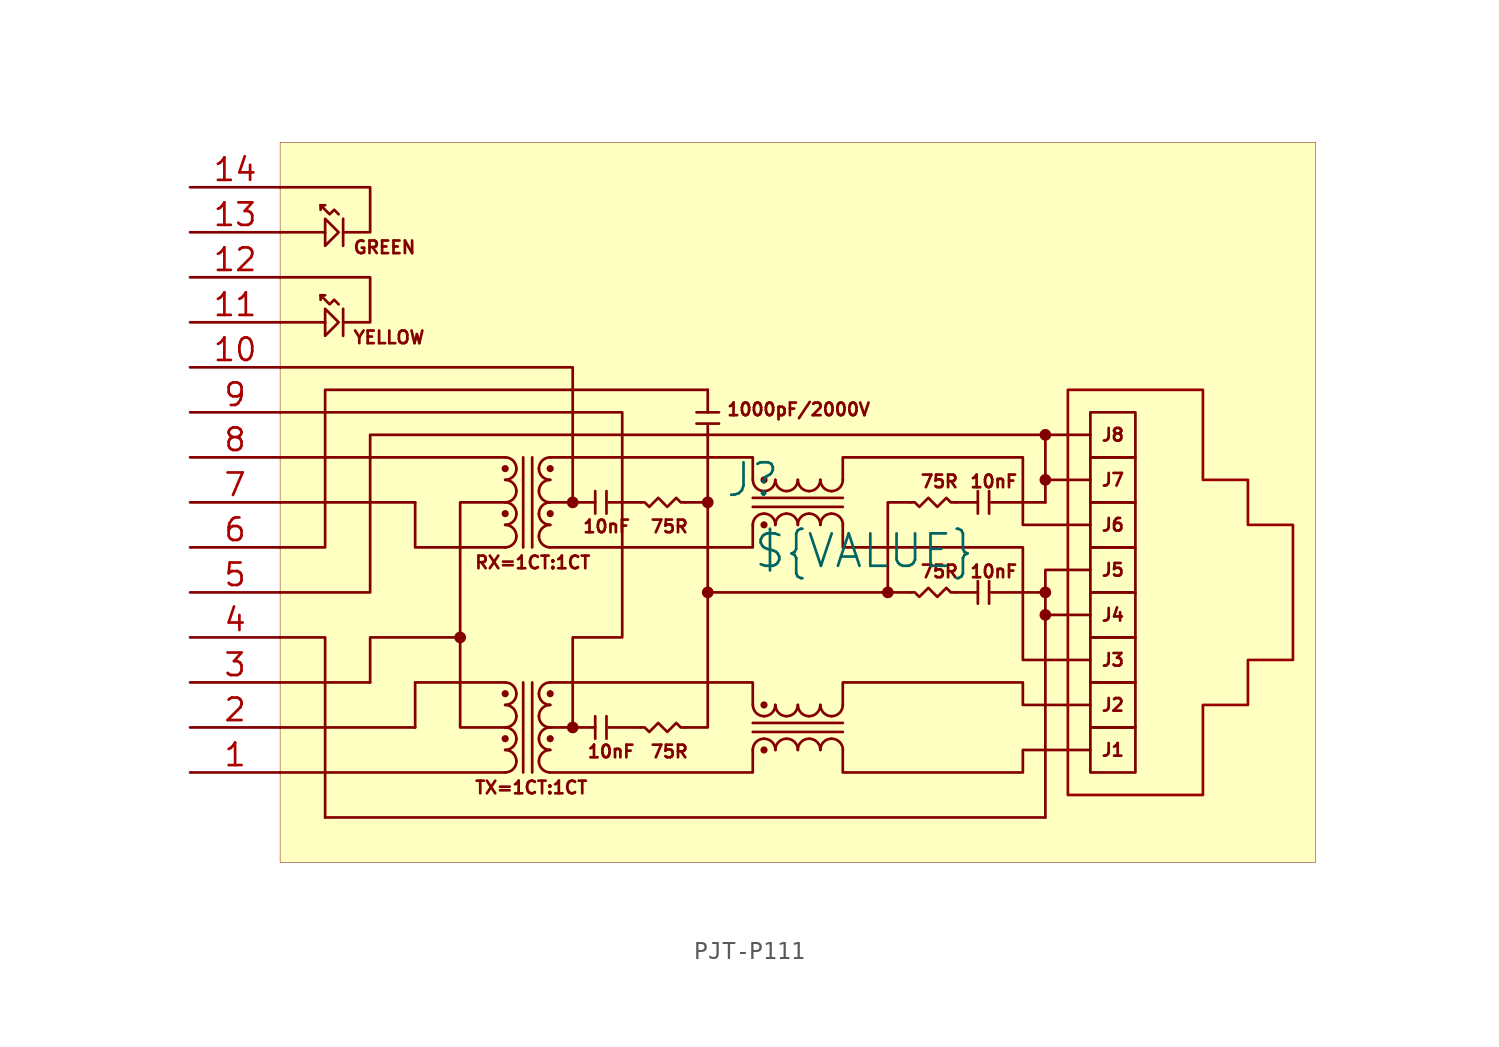
<source format=kicad_sym>
(kicad_symbol_lib
  (version 20241209)
  (generator "kicad_symbol_editor")
  (generator_version "9.0")
  (symbol "PJT-P111"
    (pin_names
      (hide yes))
    (property "Reference" "J"
      (at -1.27 1.27 0)
      (effects (font (size 1.829 1.829))))
    (property "Value" "${VALUE}"
      (at -1.27 -3.81 0)
      (effects (font (size 1.829 1.829)) (justify left bottom)))
    (symbol "PJT-P111_1_0"
      (polyline (pts (xy -27.94 15.24) (xy -25.4 15.24)) (stroke (width 0) (type solid)) (fill (type none)))
      (polyline (pts (xy -27.94 10.16) (xy -25.4 10.16)) (stroke (width 0) (type solid)) (fill (type none)))
      (polyline (pts (xy -27.94 7.62) (xy -11.43 7.62) (xy -11.43 0)) (stroke (width 0) (type solid)) (fill (type none)))
      (polyline (pts (xy -27.94 -2.54) (xy -25.4 -2.54) (xy -25.4 6.35) (xy -3.81 6.35)) (stroke (width 0) (type solid)) (fill (type none)))
      (polyline (pts (xy -27.94 -5.08) (xy -22.86 -5.08) (xy -22.86 3.81) (xy 17.78 3.81)) (stroke (width 0) (type solid)) (fill (type none)))
      (polyline (pts (xy -27.94 -7.62) (xy -25.4 -7.62) (xy -25.4 -17.78)) (stroke (width 0) (type solid)) (fill (type none)))
      (polyline (pts (xy -25.654 16.764) (xy -25.654 16.51)) (stroke (width 0) (type solid)) (fill (type none)))
      (polyline (pts (xy -25.654 16.764) (xy -25.4 16.764)) (stroke (width 0) (type solid)) (fill (type none)))
      (polyline (pts (xy -25.654 16.764) (xy -25.146 16.256) (xy -24.892 16.51) (xy -24.638 16.256)) (stroke (width 0) (type solid)) (fill (type none)))
      (polyline (pts (xy -25.654 11.684) (xy -25.654 11.43)) (stroke (width 0) (type solid)) (fill (type none)))
      (polyline (pts (xy -25.654 11.684) (xy -25.4 11.684)) (stroke (width 0) (type solid)) (fill (type none)))
      (polyline (pts (xy -25.654 11.684) (xy -25.146 11.176) (xy -24.892 11.43) (xy -24.638 11.176)) (stroke (width 0) (type solid)) (fill (type none)))
      (polyline (pts (xy -25.4 14.478) (xy -25.4 16.002) (xy -24.638 15.24) (xy -25.4 14.478)) (stroke (width 0) (type solid)) (fill (type none)))
      (polyline (pts (xy -25.4 9.398) (xy -25.4 10.922) (xy -24.638 10.16) (xy -25.4 9.398)) (stroke (width 0) (type solid)) (fill (type none)))
      (polyline (pts (xy -25.4 -17.78) (xy 15.24 -17.78)) (stroke (width 0) (type solid)) (fill (type none)))
      (polyline (pts (xy -24.384 15.24) (xy -22.86 15.24) (xy -22.86 17.78) (xy -27.94 17.78)) (stroke (width 0) (type solid)) (fill (type none)))
      (polyline (pts (xy -24.384 14.478) (xy -24.384 16.002)) (stroke (width 0) (type solid)) (fill (type none)))
      (polyline (pts (xy -24.384 10.16) (xy -22.86 10.16) (xy -22.86 12.7) (xy -27.94 12.7)) (stroke (width 0) (type solid)) (fill (type none)))
      (polyline (pts (xy -24.384 9.398) (xy -24.384 10.922)) (stroke (width 0) (type solid)) (fill (type none)))
      (polyline (pts (xy -22.86 -10.16) (xy -27.94 -10.16)) (stroke (width 0) (type solid)) (fill (type none)))
      (polyline (pts (xy -22.86 -10.16) (xy -22.86 -7.62) (xy -17.78 -7.62)) (stroke (width 0) (type solid)) (fill (type none)))
      (polyline (pts (xy -20.32 0) (xy -27.94 0)) (stroke (width 0) (type solid)) (fill (type none)))
      (polyline (pts (xy -20.32 0) (xy -20.32 -2.54) (xy -15.24 -2.54)) (stroke (width 0) (type solid)) (fill (type none)))
      (polyline (pts (xy -20.32 -10.16) (xy -15.24 -10.16)) (stroke (width 0) (type solid)) (fill (type none)))
      (polyline (pts (xy -20.32 -12.7) (xy -27.94 -12.7)) (stroke (width 0) (type solid)) (fill (type none)))
      (polyline (pts (xy -20.32 -12.7) (xy -20.32 -10.16)) (stroke (width 0) (type solid)) (fill (type none)))
      (circle (center -17.78 -7.62) (radius 0.254) (stroke (width 0) (type solid)) (fill (type outline)))
      (polyline (pts (xy -15.24 2.54) (xy -27.94 2.54)) (stroke (width 0) (type solid)) (fill (type none)))
      (arc (start -15.24 2.54) (mid -14.791 2.354) (end -14.605 1.905) (stroke (width 0) (type solid)) (fill (type none)))
      (circle (center -15.24 1.905) (radius 0.127) (stroke (width 0) (type solid)) (fill (type outline)))
      (arc (start -14.605 1.905) (mid -14.791 1.456) (end -15.24 1.27) (stroke (width 0) (type solid)) (fill (type none)))
      (arc (start -15.24 1.27) (mid -14.791 1.084) (end -14.605 0.635) (stroke (width 0) (type solid)) (fill (type none)))
      (arc (start -14.605 0.635) (mid -14.791 0.186) (end -15.24 0) (stroke (width 0) (type solid)) (fill (type none)))
      (arc (start -15.24 0) (mid -14.791 -0.186) (end -14.605 -0.635) (stroke (width 0) (type solid)) (fill (type none)))
      (circle (center -15.24 -0.635) (radius 0.127) (stroke (width 0) (type solid)) (fill (type outline)))
      (arc (start -14.605 -0.635) (mid -14.791 -1.084) (end -15.24 -1.27) (stroke (width 0) (type solid)) (fill (type none)))
      (arc (start -15.24 -1.27) (mid -14.791 -1.456) (end -14.605 -1.905) (stroke (width 0) (type solid)) (fill (type none)))
      (arc (start -14.605 -1.905) (mid -14.791 -2.354) (end -15.24 -2.54) (stroke (width 0) (type solid)) (fill (type none)))
      (arc (start -15.24 -10.16) (mid -14.791 -10.346) (end -14.605 -10.795) (stroke (width 0) (type solid)) (fill (type none)))
      (circle (center -15.24 -10.795) (radius 0.127) (stroke (width 0) (type solid)) (fill (type outline)))
      (arc (start -14.605 -10.795) (mid -14.791 -11.244) (end -15.24 -11.43) (stroke (width 0) (type solid)) (fill (type none)))
      (arc (start -15.24 -11.43) (mid -14.791 -11.616) (end -14.605 -12.065) (stroke (width 0) (type solid)) (fill (type none)))
      (arc (start -14.605 -12.065) (mid -14.791 -12.514) (end -15.24 -12.7) (stroke (width 0) (type solid)) (fill (type none)))
      (polyline (pts (xy -15.24 -12.7) (xy -17.78 -12.7) (xy -17.78 0) (xy -15.24 0)) (stroke (width 0) (type solid)) (fill (type none)))
      (arc (start -15.24 -12.7) (mid -14.791 -12.886) (end -14.605 -13.335) (stroke (width 0) (type solid)) (fill (type none)))
      (circle (center -15.24 -13.335) (radius 0.127) (stroke (width 0) (type solid)) (fill (type outline)))
      (arc (start -14.605 -13.335) (mid -14.791 -13.784) (end -15.24 -13.97) (stroke (width 0) (type solid)) (fill (type none)))
      (arc (start -15.24 -13.97) (mid -14.791 -14.156) (end -14.605 -14.605) (stroke (width 0) (type solid)) (fill (type none)))
      (arc (start -14.605 -14.605) (mid -14.791 -15.054) (end -15.24 -15.24) (stroke (width 0) (type solid)) (fill (type none)))
      (polyline (pts (xy -15.24 -15.24) (xy -27.94 -15.24)) (stroke (width 0) (type solid)) (fill (type none)))
      (polyline (pts (xy -14.224 2.54) (xy -14.224 -2.54)) (stroke (width 0) (type solid)) (fill (type none)))
      (polyline (pts (xy -14.224 -10.16) (xy -14.224 -15.24)) (stroke (width 0) (type solid)) (fill (type none)))
      (polyline (pts (xy -13.716 2.54) (xy -13.716 -2.54)) (stroke (width 0) (type solid)) (fill (type none)))
      (polyline (pts (xy -13.716 -10.16) (xy -13.716 -15.24)) (stroke (width 0) (type solid)) (fill (type none)))
      (polyline (pts (xy -12.7 2.54) (xy -1.27 2.54) (xy -1.27 1.27)) (stroke (width 0) (type solid)) (fill (type none)))
      (arc (start -13.335 1.905) (mid -13.149 2.354) (end -12.7 2.54) (stroke (width 0) (type solid)) (fill (type none)))
      (circle (center -12.7 1.905) (radius 0.127) (stroke (width 0) (type solid)) (fill (type outline)))
      (arc (start -12.7 1.27) (mid -13.149 1.456) (end -13.335 1.905) (stroke (width 0) (type solid)) (fill (type none)))
      (arc (start -13.335 0.635) (mid -13.149 1.084) (end -12.7 1.27) (stroke (width 0) (type solid)) (fill (type none)))
      (arc (start -12.7 0) (mid -13.149 0.186) (end -13.335 0.635) (stroke (width 0) (type solid)) (fill (type none)))
      (polyline (pts (xy -12.7 0) (xy -10.16 0)) (stroke (width 0) (type solid)) (fill (type none)))
      (arc (start -13.335 -0.635) (mid -13.149 -0.186) (end -12.7 0) (stroke (width 0) (type solid)) (fill (type none)))
      (circle (center -12.7 -0.635) (radius 0.127) (stroke (width 0) (type solid)) (fill (type outline)))
      (arc (start -12.7 -1.27) (mid -13.149 -1.084) (end -13.335 -0.635) (stroke (width 0) (type solid)) (fill (type none)))
      (arc (start -13.335 -1.905) (mid -13.149 -1.456) (end -12.7 -1.27) (stroke (width 0) (type solid)) (fill (type none)))
      (arc (start -12.7 -2.54) (mid -13.149 -2.354) (end -13.335 -1.905) (stroke (width 0) (type solid)) (fill (type none)))
      (polyline (pts (xy -12.7 -2.54) (xy -1.27 -2.54) (xy -1.27 -1.27)) (stroke (width 0) (type solid)) (fill (type none)))
      (polyline (pts (xy -12.7 -10.16) (xy -1.27 -10.16) (xy -1.27 -11.43)) (stroke (width 0) (type solid)) (fill (type none)))
      (arc (start -13.335 -10.795) (mid -13.149 -10.346) (end -12.7 -10.16) (stroke (width 0) (type solid)) (fill (type none)))
      (circle (center -12.7 -10.795) (radius 0.127) (stroke (width 0) (type solid)) (fill (type outline)))
      (arc (start -12.7 -11.43) (mid -13.149 -11.244) (end -13.335 -10.795) (stroke (width 0) (type solid)) (fill (type none)))
      (arc (start -13.335 -12.065) (mid -13.149 -11.616) (end -12.7 -11.43) (stroke (width 0) (type solid)) (fill (type none)))
      (arc (start -12.7 -12.7) (mid -13.149 -12.514) (end -13.335 -12.065) (stroke (width 0) (type solid)) (fill (type none)))
      (polyline (pts (xy -12.7 -12.7) (xy -10.16 -12.7)) (stroke (width 0) (type solid)) (fill (type none)))
      (arc (start -13.335 -13.335) (mid -13.149 -12.886) (end -12.7 -12.7) (stroke (width 0) (type solid)) (fill (type none)))
      (circle (center -12.7 -13.335) (radius 0.127) (stroke (width 0) (type solid)) (fill (type outline)))
      (arc (start -12.7 -13.97) (mid -13.149 -13.784) (end -13.335 -13.335) (stroke (width 0) (type solid)) (fill (type none)))
      (arc (start -13.335 -14.605) (mid -13.149 -14.156) (end -12.7 -13.97) (stroke (width 0) (type solid)) (fill (type none)))
      (arc (start -12.7 -15.24) (mid -13.149 -15.054) (end -13.335 -14.605) (stroke (width 0) (type solid)) (fill (type none)))
      (polyline (pts (xy -12.7 -15.24) (xy -1.27 -15.24) (xy -1.27 -13.97)) (stroke (width 0) (type solid)) (fill (type none)))
      (circle (center -11.43 0) (radius 0.254) (stroke (width 0) (type solid)) (fill (type outline)))
      (circle (center -11.43 -12.7) (radius 0.254) (stroke (width 0) (type solid)) (fill (type outline)))
      (polyline (pts (xy -11.43 -12.7) (xy -11.43 -7.62) (xy -8.636 -7.62) (xy -8.636 5.08) (xy -27.94 5.08)) (stroke (width 0) (type solid)) (fill (type none)))
      (polyline (pts (xy -10.16 0.635) (xy -10.16 -0.635)) (stroke (width 0) (type solid)) (fill (type none)))
      (polyline (pts (xy -10.16 -12.065) (xy -10.16 -13.335)) (stroke (width 0) (type solid)) (fill (type none)))
      (polyline (pts (xy -9.525 0.635) (xy -9.525 -0.635)) (stroke (width 0) (type solid)) (fill (type none)))
      (polyline (pts (xy -9.525 -12.065) (xy -9.525 -13.335)) (stroke (width 0) (type solid)) (fill (type none)))
      (polyline (pts (xy -7.62 0) (xy -9.398 0)) (stroke (width 0) (type solid)) (fill (type none)))
      (polyline (pts (xy -7.62 0) (xy -7.366 0) (xy -7.112 -0.254) (xy -6.604 0.254) (xy -6.096 -0.254) (xy -5.588 0.254) (xy -5.334 0) (xy -5.08 0)) (stroke (width 0) (type solid)) (fill (type none)))
      (polyline (pts (xy -7.62 -12.7) (xy -9.398 -12.7)) (stroke (width 0) (type solid)) (fill (type none)))
      (polyline (pts (xy -7.62 -12.7) (xy -7.366 -12.7) (xy -7.112 -12.954) (xy -6.604 -12.446) (xy -6.096 -12.954) (xy -5.588 -12.446) (xy -5.334 -12.7) (xy -5.08 -12.7)) (stroke (width 0) (type solid)) (fill (type none)))
      (polyline (pts (xy -5.08 -12.7) (xy -3.81 -12.7) (xy -3.81 0) (xy -5.08 0)) (stroke (width 0) (type solid)) (fill (type none)))
      (polyline (pts (xy -3.81 6.35) (xy -3.81 5.08)) (stroke (width 0) (type solid)) (fill (type none)))
      (circle (center -3.81 0) (radius 0.254) (stroke (width 0) (type solid)) (fill (type outline)))
      (polyline (pts (xy -3.81 0) (xy -3.81 4.318)) (stroke (width 0) (type solid)) (fill (type none)))
      (circle (center -3.81 -5.08) (radius 0.254) (stroke (width 0) (type solid)) (fill (type outline)))
      (polyline (pts (xy -3.81 -5.08) (xy 7.62 -5.08)) (stroke (width 0) (type solid)) (fill (type none)))
      (polyline (pts (xy -3.175 5.08) (xy -4.445 5.08)) (stroke (width 0) (type solid)) (fill (type none)))
      (polyline (pts (xy -3.175 4.445) (xy -4.445 4.445)) (stroke (width 0) (type solid)) (fill (type none)))
      (polyline (pts (xy -1.27 0.254) (xy 3.81 0.254)) (stroke (width 0) (type solid)) (fill (type none)))
      (polyline (pts (xy -1.27 -0.254) (xy 3.81 -0.254)) (stroke (width 0) (type solid)) (fill (type none)))
      (polyline (pts (xy -1.27 -12.446) (xy 3.81 -12.446)) (stroke (width 0) (type solid)) (fill (type none)))
      (polyline (pts (xy -1.27 -12.954) (xy 3.81 -12.954)) (stroke (width 0) (type solid)) (fill (type none)))
      (circle (center -0.635 1.27) (radius 0.127) (stroke (width 0) (type solid)) (fill (type outline)))
      (arc (start -0.635 0.635) (mid -1.084 0.821) (end -1.27 1.27) (stroke (width 0) (type solid)) (fill (type none)))
      (arc (start 0 1.27) (mid -0.186 0.821) (end -0.635 0.635) (stroke (width 0) (type solid)) (fill (type none)))
      (arc (start -1.27 -1.27) (mid -1.084 -0.821) (end -0.635 -0.635) (stroke (width 0) (type solid)) (fill (type none)))
      (arc (start -0.635 -0.635) (mid -0.186 -0.821) (end 0 -1.27) (stroke (width 0) (type solid)) (fill (type none)))
      (circle (center -0.635 -1.27) (radius 0.127) (stroke (width 0) (type solid)) (fill (type outline)))
      (circle (center -0.635 -11.43) (radius 0.127) (stroke (width 0) (type solid)) (fill (type outline)))
      (arc (start -0.635 -12.065) (mid -1.084 -11.879) (end -1.27 -11.43) (stroke (width 0) (type solid)) (fill (type none)))
      (arc (start 0 -11.43) (mid -0.186 -11.879) (end -0.635 -12.065) (stroke (width 0) (type solid)) (fill (type none)))
      (arc (start -1.27 -13.97) (mid -1.084 -13.521) (end -0.635 -13.335) (stroke (width 0) (type solid)) (fill (type none)))
      (arc (start -0.635 -13.335) (mid -0.186 -13.521) (end 0 -13.97) (stroke (width 0) (type solid)) (fill (type none)))
      (circle (center -0.635 -13.97) (radius 0.127) (stroke (width 0) (type solid)) (fill (type outline)))
      (arc (start 0.635 0.635) (mid 0.186 0.821) (end 0 1.27) (stroke (width 0) (type solid)) (fill (type none)))
      (arc (start 1.27 1.27) (mid 1.084 0.821) (end 0.635 0.635) (stroke (width 0) (type solid)) (fill (type none)))
      (arc (start 0 -1.27) (mid 0.186 -0.821) (end 0.635 -0.635) (stroke (width 0) (type solid)) (fill (type none)))
      (arc (start 0.635 -0.635) (mid 1.084 -0.821) (end 1.27 -1.27) (stroke (width 0) (type solid)) (fill (type none)))
      (arc (start 0.635 -12.065) (mid 0.186 -11.879) (end 0 -11.43) (stroke (width 0) (type solid)) (fill (type none)))
      (arc (start 1.27 -11.43) (mid 1.084 -11.879) (end 0.635 -12.065) (stroke (width 0) (type solid)) (fill (type none)))
      (arc (start 0 -13.97) (mid 0.186 -13.521) (end 0.635 -13.335) (stroke (width 0) (type solid)) (fill (type none)))
      (arc (start 0.635 -13.335) (mid 1.084 -13.521) (end 1.27 -13.97) (stroke (width 0) (type solid)) (fill (type none)))
      (arc (start 1.905 0.635) (mid 1.456 0.821) (end 1.27 1.27) (stroke (width 0) (type solid)) (fill (type none)))
      (arc (start 2.54 1.27) (mid 2.354 0.821) (end 1.905 0.635) (stroke (width 0) (type solid)) (fill (type none)))
      (arc (start 1.27 -1.27) (mid 1.456 -0.821) (end 1.905 -0.635) (stroke (width 0) (type solid)) (fill (type none)))
      (arc (start 1.905 -0.635) (mid 2.354 -0.821) (end 2.54 -1.27) (stroke (width 0) (type solid)) (fill (type none)))
      (arc (start 1.905 -12.065) (mid 1.456 -11.879) (end 1.27 -11.43) (stroke (width 0) (type solid)) (fill (type none)))
      (arc (start 2.54 -11.43) (mid 2.354 -11.879) (end 1.905 -12.065) (stroke (width 0) (type solid)) (fill (type none)))
      (arc (start 1.27 -13.97) (mid 1.456 -13.521) (end 1.905 -13.335) (stroke (width 0) (type solid)) (fill (type none)))
      (arc (start 1.905 -13.335) (mid 2.354 -13.521) (end 2.54 -13.97) (stroke (width 0) (type solid)) (fill (type none)))
      (arc (start 3.175 0.635) (mid 2.726 0.821) (end 2.54 1.27) (stroke (width 0) (type solid)) (fill (type none)))
      (arc (start 3.81 1.27) (mid 3.624 0.821) (end 3.175 0.635) (stroke (width 0) (type solid)) (fill (type none)))
      (arc (start 2.54 -1.27) (mid 2.726 -0.821) (end 3.175 -0.635) (stroke (width 0) (type solid)) (fill (type none)))
      (arc (start 3.175 -0.635) (mid 3.624 -0.821) (end 3.81 -1.27) (stroke (width 0) (type solid)) (fill (type none)))
      (arc (start 3.175 -12.065) (mid 2.726 -11.879) (end 2.54 -11.43) (stroke (width 0) (type solid)) (fill (type none)))
      (arc (start 3.81 -11.43) (mid 3.624 -11.879) (end 3.175 -12.065) (stroke (width 0) (type solid)) (fill (type none)))
      (arc (start 2.54 -13.97) (mid 2.726 -13.521) (end 3.175 -13.335) (stroke (width 0) (type solid)) (fill (type none)))
      (arc (start 3.175 -13.335) (mid 3.624 -13.521) (end 3.81 -13.97) (stroke (width 0) (type solid)) (fill (type none)))
      (polyline (pts (xy 3.81 1.27) (xy 3.81 2.54) (xy 13.97 2.54) (xy 13.97 -1.27) (xy 17.78 -1.27)) (stroke (width 0) (type solid)) (fill (type none)))
      (polyline (pts (xy 3.81 -1.27) (xy 3.81 -2.54) (xy 13.97 -2.54) (xy 13.97 -8.89) (xy 17.78 -8.89)) (stroke (width 0) (type solid)) (fill (type none)))
      (polyline (pts (xy 3.81 -11.43) (xy 3.81 -10.16) (xy 13.97 -10.16) (xy 13.97 -11.43) (xy 17.78 -11.43)) (stroke (width 0) (type solid)) (fill (type none)))
      (polyline (pts (xy 3.81 -13.97) (xy 3.81 -15.24) (xy 13.97 -15.24) (xy 13.97 -13.97) (xy 17.78 -13.97)) (stroke (width 0) (type solid)) (fill (type none)))
      (circle (center 6.35 -5.08) (radius 0.254) (stroke (width 0) (type solid)) (fill (type outline)))
      (polyline (pts (xy 7.62 0) (xy 6.35 0) (xy 6.35 -5.08)) (stroke (width 0) (type solid)) (fill (type none)))
      (polyline (pts (xy 7.62 0) (xy 7.874 0) (xy 8.128 -0.254) (xy 8.636 0.254) (xy 9.144 -0.254) (xy 9.652 0.254) (xy 9.906 0) (xy 10.16 0)) (stroke (width 0) (type solid)) (fill (type none)))
      (polyline (pts (xy 7.62 -5.08) (xy 7.874 -5.08) (xy 8.128 -5.334) (xy 8.636 -4.826) (xy 9.144 -5.334) (xy 9.652 -4.826) (xy 9.906 -5.08) (xy 10.16 -5.08)) (stroke (width 0) (type solid)) (fill (type none)))
      (polyline (pts (xy 10.16 0) (xy 11.43 0)) (stroke (width 0) (type solid)) (fill (type none)))
      (polyline (pts (xy 10.16 -5.08) (xy 11.43 -5.08)) (stroke (width 0) (type solid)) (fill (type none)))
      (polyline (pts (xy 11.43 0.635) (xy 11.43 -0.635)) (stroke (width 0) (type solid)) (fill (type none)))
      (polyline (pts (xy 11.43 -4.445) (xy 11.43 -5.715)) (stroke (width 0) (type solid)) (fill (type none)))
      (polyline (pts (xy 12.065 0.635) (xy 12.065 -0.635)) (stroke (width 0) (type solid)) (fill (type none)))
      (polyline (pts (xy 12.065 -4.445) (xy 12.065 -5.715)) (stroke (width 0) (type solid)) (fill (type none)))
      (polyline (pts (xy 12.192 0) (xy 15.24 0)) (stroke (width 0) (type solid)) (fill (type none)))
      (polyline (pts (xy 12.192 -5.08) (xy 15.24 -5.08)) (stroke (width 0) (type solid)) (fill (type none)))
      (circle (center 15.24 3.81) (radius 0.254) (stroke (width 0) (type solid)) (fill (type outline)))
      (polyline (pts (xy 15.24 1.27) (xy 17.78 1.27)) (stroke (width 0) (type solid)) (fill (type none)))
      (circle (center 15.24 1.27) (radius 0.254) (stroke (width 0) (type solid)) (fill (type outline)))
      (polyline (pts (xy 15.24 0) (xy 15.24 3.81)) (stroke (width 0) (type solid)) (fill (type none)))
      (circle (center 15.24 -5.08) (radius 0.254) (stroke (width 0) (type solid)) (fill (type outline)))
      (circle (center 15.24 -6.35) (radius 0.254) (stroke (width 0) (type solid)) (fill (type outline)))
      (polyline (pts (xy 15.24 -17.78) (xy 15.24 -6.35)) (stroke (width 0) (type solid)) (fill (type none)))
      (polyline (pts (xy 16.51 6.35) (xy 16.51 -16.51) (xy 24.13 -16.51) (xy 24.13 -11.43) (xy 26.67 -11.43) (xy 26.67 -8.89) (xy 29.21 -8.89) (xy 29.21 -1.27) (xy 26.67 -1.27) (xy 26.67 1.27) (xy 24.13 1.27) (xy 24.13 6.35) (xy 16.51 6.35)) (stroke (width 0) (type solid) (color 152 0 0 1)) (fill (type none)))
      (polyline (pts (xy 17.78 -3.81) (xy 15.24 -3.81) (xy 15.24 -6.35) (xy 17.78 -6.35)) (stroke (width 0) (type solid)) (fill (type none)))
      (rectangle (start 20.32 5.08) (end 17.78 2.54) (stroke (width 0) (type solid) (color 128 0 0 1)) (fill (type none)))
      (rectangle (start 20.32 2.54) (end 17.78 0) (stroke (width 0) (type solid) (color 128 0 0 1)) (fill (type none)))
      (rectangle (start 20.32 0) (end 17.78 -2.54) (stroke (width 0) (type solid) (color 128 0 0 1)) (fill (type none)))
      (rectangle (start 20.32 -2.54) (end 17.78 -5.08) (stroke (width 0) (type solid) (color 128 0 0 1)) (fill (type none)))
      (rectangle (start 20.32 -5.08) (end 17.78 -7.62) (stroke (width 0) (type solid) (color 128 0 0 1)) (fill (type none)))
      (rectangle (start 20.32 -7.62) (end 17.78 -10.16) (stroke (width 0) (type solid) (color 128 0 0 1)) (fill (type none)))
      (rectangle (start 20.32 -10.16) (end 17.78 -12.7) (stroke (width 0) (type solid) (color 128 0 0 1)) (fill (type none)))
      (rectangle (start 20.32 -12.7) (end 17.78 -15.24) (stroke (width 0) (type solid) (color 128 0 0 1)) (fill (type none)))
      (rectangle (start 30.48 20.32) (end -27.94 -20.32) (stroke (width 0.025) (type solid) (color 128 0 0 1)) (fill (type background)))
      (text "GREEN" (at -23.876 13.97 0) (effects (font (size 0.711 0.711)) (justify left bottom)))
      (text "YELLOW" (at -23.876 8.89 0) (effects (font (size 0.711 0.711)) (justify left bottom)))
      (text "RX=1CT:1CT" (at -17.018 -3.81 0) (effects (font (size 0.711 0.711)) (justify left bottom)))
      (text "TX=1CT:1CT" (at -17.018 -16.51 0) (effects (font (size 0.711 0.711)) (justify left bottom)))
      (text "10nF" (at -10.922 -1.778 0) (effects (font (size 0.711 0.711)) (justify left bottom)))
      (text "10nF" (at -10.668 -14.478 0) (effects (font (size 0.711 0.711)) (justify left bottom)))
      (text "75R" (at -7.112 -1.778 0) (effects (font (size 0.711 0.711)) (justify left bottom)))
      (text "75R" (at -7.112 -14.478 0) (effects (font (size 0.711 0.711)) (justify left bottom)))
      (text "1000pF/2000V" (at -2.794 4.826 0) (effects (font (size 0.711 0.711)) (justify left bottom)))
      (text "75R" (at 8.128 0.762 0) (effects (font (size 0.711 0.711)) (justify left bottom)))
      (text "75R" (at 8.128 -4.318 0) (effects (font (size 0.711 0.711)) (justify left bottom)))
      (text "10nF" (at 10.922 0.762 0) (effects (font (size 0.711 0.711)) (justify left bottom)))
      (text "10nF" (at 10.922 -4.318 0) (effects (font (size 0.711 0.711)) (justify left bottom)))
      (text "J8" (at 19.05 3.81 0) (effects (font (size 0.711 0.711))))
      (text "J7" (at 19.05 1.27 0) (effects (font (size 0.711 0.711))))
      (text "J6" (at 19.05 -1.27 0) (effects (font (size 0.711 0.711))))
      (text "J5" (at 19.05 -3.81 0) (effects (font (size 0.711 0.711))))
      (text "J4" (at 19.05 -6.35 0) (effects (font (size 0.711 0.711))))
      (text "J3" (at 19.05 -8.89 0) (effects (font (size 0.711 0.711))))
      (text "J2" (at 19.05 -11.43 0) (effects (font (size 0.711 0.711))))
      (text "J1" (at 19.05 -13.97 0) (effects (font (size 0.711 0.711))))
      (pin passive line (at -33.02 17.78 0) (length 5.08) (name "14" (effects (font (size 1.27 1.27)))) (number "14" (effects (font (size 1.27 1.27)))))
      (pin passive line (at -33.02 15.24 0) (length 5.08) (name "13" (effects (font (size 1.27 1.27)))) (number "13" (effects (font (size 1.27 1.27)))))
      (pin passive line (at -33.02 12.7 0) (length 5.08) (name "12" (effects (font (size 1.27 1.27)))) (number "12" (effects (font (size 1.27 1.27)))))
      (pin passive line (at -33.02 10.16 0) (length 5.08) (name "11" (effects (font (size 1.27 1.27)))) (number "11" (effects (font (size 1.27 1.27)))))
      (pin passive line (at -33.02 7.62 0) (length 5.08) (name "10" (effects (font (size 1.27 1.27)))) (number "10" (effects (font (size 1.27 1.27)))))
      (pin passive line (at -33.02 5.08 0) (length 5.08) (name "9" (effects (font (size 1.27 1.27)))) (number "9" (effects (font (size 1.27 1.27)))))
      (pin passive line (at -33.02 2.54 0) (length 5.08) (name "8" (effects (font (size 1.27 1.27)))) (number "8" (effects (font (size 1.27 1.27)))))
      (pin passive line (at -33.02 0 0) (length 5.08) (name "7" (effects (font (size 1.27 1.27)))) (number "7" (effects (font (size 1.27 1.27)))))
      (pin passive line (at -33.02 -2.54 0) (length 5.08) (name "6" (effects (font (size 1.27 1.27)))) (number "6" (effects (font (size 1.27 1.27)))))
      (pin passive line (at -33.02 -5.08 0) (length 5.08) (name "5" (effects (font (size 1.27 1.27)))) (number "5" (effects (font (size 1.27 1.27)))))
      (pin passive line (at -33.02 -7.62 0) (length 5.08) (name "4" (effects (font (size 1.27 1.27)))) (number "4" (effects (font (size 1.27 1.27)))))
      (pin passive line (at -33.02 -10.16 0) (length 5.08) (name "3" (effects (font (size 1.27 1.27)))) (number "3" (effects (font (size 1.27 1.27)))))
      (pin passive line (at -33.02 -12.7 0) (length 5.08) (name "2" (effects (font (size 1.27 1.27)))) (number "2" (effects (font (size 1.27 1.27)))))
      (pin passive line (at -33.02 -15.24 0) (length 5.08) (name "1" (effects (font (size 1.27 1.27)))) (number "1" (effects (font (size 1.27 1.27))))))))
</source>
